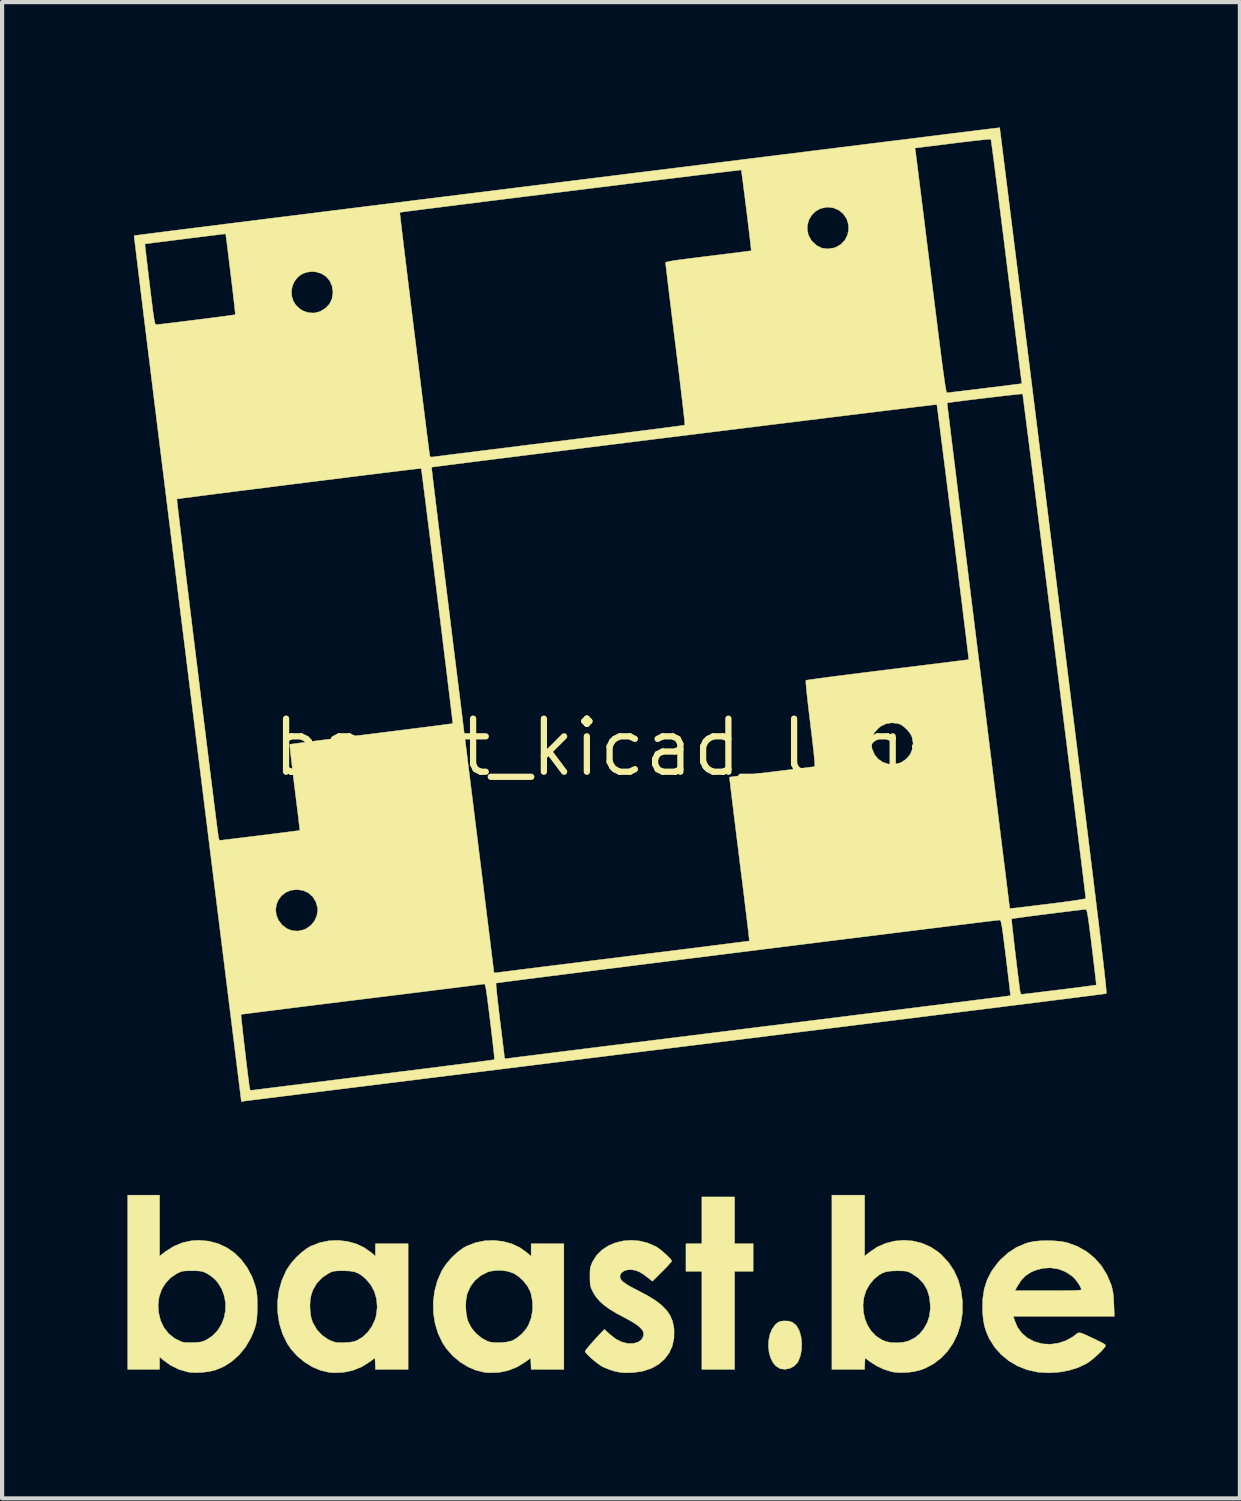
<source format=kicad_pcb>
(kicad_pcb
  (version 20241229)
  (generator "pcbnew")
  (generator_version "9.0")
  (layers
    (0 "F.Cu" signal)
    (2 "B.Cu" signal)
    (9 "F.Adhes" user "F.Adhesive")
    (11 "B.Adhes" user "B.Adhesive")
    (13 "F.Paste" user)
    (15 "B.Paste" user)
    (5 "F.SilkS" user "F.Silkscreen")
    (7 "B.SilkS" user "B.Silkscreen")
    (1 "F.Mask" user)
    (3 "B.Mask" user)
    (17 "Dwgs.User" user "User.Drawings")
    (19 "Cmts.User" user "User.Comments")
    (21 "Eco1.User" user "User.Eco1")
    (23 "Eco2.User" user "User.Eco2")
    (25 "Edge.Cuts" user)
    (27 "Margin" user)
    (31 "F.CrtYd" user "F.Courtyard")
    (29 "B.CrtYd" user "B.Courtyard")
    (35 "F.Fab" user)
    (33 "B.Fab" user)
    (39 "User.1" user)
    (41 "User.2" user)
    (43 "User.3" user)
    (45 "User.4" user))
  (footprint "baast_kicad_logo"
    (layer "F.Cu")
    (at 11.626 14.835)
    (property "Reference" "baast_kicad_logo" (at 0 0 0) (layer "F.SilkS") (effects (font (size 1.27 1.27) (thickness 0.15))))
    (attr through_hole board_only exclude_from_pos_files exclude_from_bom allow_missing_courtyard)
    (fp_poly (pts (xy 2.9 11.874) (xy 3.344 11.874) (xy 3.344 12.531) (xy 2.9 12.531) (xy 2.9 14.88) (xy 2.117 14.88) (xy 2.117 12.531) (xy 1.736 12.531) (xy 1.736 11.874) (xy 2.117 11.874) (xy 2.117 10.753) (xy 2.9 10.753) (xy 2.9 11.874)) (stroke (width 0.01) (type solid)) (fill yes) (layer "F.SilkS"))
    (fp_poly (pts (xy 4.198 13.724) (xy 4.29 13.756) (xy 4.367 13.822) (xy 4.389 13.848) (xy 4.45 13.959) (xy 4.489 14.096) (xy 4.506 14.247) (xy 4.502 14.401) (xy 4.476 14.548) (xy 4.427 14.676) (xy 4.401 14.721) (xy 4.323 14.801) (xy 4.224 14.854) (xy 4.114 14.877) (xy 4.005 14.865) (xy 3.979 14.856) (xy 3.887 14.798) (xy 3.814 14.709) (xy 3.759 14.595) (xy 3.724 14.465) (xy 3.71 14.326) (xy 3.716 14.184) (xy 3.744 14.047) (xy 3.794 13.923) (xy 3.867 13.818) (xy 3.885 13.8) (xy 3.936 13.757) (xy 3.986 13.734) (xy 4.056 13.722) (xy 4.082 13.72) (xy 4.198 13.724)) (stroke (width 0.01) (type solid)) (fill yes) (layer "F.SilkS"))
    (fp_poly (pts (xy -2.644 11.817) (xy -2.434 11.874) (xy -2.24 11.964) (xy -2.068 12.087) (xy -2.063 12.091) (xy -1.968 12.174) (xy -1.968 11.874) (xy -1.185 11.874) (xy -1.185 14.88) (xy -1.967 14.88) (xy -1.973 14.742) (xy -1.979 14.604) (xy -2.095 14.692) (xy -2.295 14.817) (xy -2.51 14.904) (xy -2.738 14.952) (xy -2.973 14.96) (xy -3.08 14.95) (xy -3.281 14.903) (xy -3.479 14.819) (xy -3.668 14.702) (xy -3.841 14.557) (xy -3.99 14.389) (xy -4.08 14.256) (xy -4.191 14.028) (xy -4.266 13.783) (xy -4.306 13.527) (xy -4.308 13.373) (xy -3.533 13.373) (xy -3.523 13.526) (xy -3.497 13.665) (xy -3.475 13.737) (xy -3.395 13.889) (xy -3.282 14.024) (xy -3.144 14.136) (xy -2.995 14.213) (xy -2.908 14.233) (xy -2.796 14.241) (xy -2.672 14.238) (xy -2.551 14.225) (xy -2.448 14.202) (xy -2.408 14.187) (xy -2.298 14.121) (xy -2.188 14.027) (xy -2.093 13.919) (xy -2.032 13.821) (xy -1.966 13.648) (xy -1.933 13.458) (xy -1.934 13.265) (xy -1.968 13.078) (xy -1.99 13.011) (xy -2.052 12.892) (xy -2.143 12.773) (xy -2.253 12.668) (xy -2.37 12.589) (xy -2.387 12.58) (xy -2.519 12.534) (xy -2.672 12.511) (xy -2.828 12.512) (xy -2.972 12.538) (xy -3.012 12.552) (xy -3.174 12.635) (xy -3.311 12.75) (xy -3.419 12.893) (xy -3.494 13.06) (xy -3.504 13.095) (xy -3.527 13.224) (xy -3.533 13.373) (xy -4.308 13.373) (xy -4.31 13.268) (xy -4.278 13.011) (xy -4.212 12.762) (xy -4.109 12.528) (xy -4.081 12.478) (xy -3.985 12.339) (xy -3.865 12.202) (xy -3.732 12.078) (xy -3.596 11.978) (xy -3.512 11.93) (xy -3.303 11.849) (xy -3.085 11.803) (xy -2.863 11.793) (xy -2.644 11.817)) (stroke (width 0.01) (type solid)) (fill yes) (layer "F.SilkS"))
    (fp_poly (pts (xy 6.011 12.171) (xy 6.126 12.078) (xy 6.312 11.952) (xy 6.515 11.863) (xy 6.729 11.809) (xy 6.948 11.79) (xy 7.167 11.807) (xy 7.381 11.86) (xy 7.583 11.947) (xy 7.769 12.069) (xy 7.846 12.135) (xy 8.016 12.319) (xy 8.15 12.518) (xy 8.25 12.737) (xy 8.316 12.979) (xy 8.351 13.246) (xy 8.353 13.282) (xy 8.349 13.542) (xy 8.31 13.792) (xy 8.236 14.027) (xy 8.132 14.244) (xy 7.999 14.439) (xy 7.84 14.608) (xy 7.656 14.749) (xy 7.45 14.856) (xy 7.359 14.89) (xy 7.204 14.93) (xy 7.032 14.953) (xy 6.86 14.958) (xy 6.704 14.944) (xy 6.656 14.935) (xy 6.48 14.88) (xy 6.303 14.798) (xy 6.146 14.698) (xy 6.138 14.692) (xy 6.022 14.604) (xy 6.009 14.88) (xy 5.228 14.88) (xy 5.228 13.334) (xy 5.973 13.334) (xy 5.982 13.504) (xy 6.018 13.669) (xy 6.081 13.824) (xy 6.169 13.963) (xy 6.282 14.08) (xy 6.418 14.17) (xy 6.526 14.215) (xy 6.644 14.238) (xy 6.78 14.244) (xy 6.918 14.234) (xy 7.039 14.207) (xy 7.071 14.196) (xy 7.216 14.121) (xy 7.332 14.027) (xy 7.43 13.903) (xy 7.434 13.897) (xy 7.514 13.751) (xy 7.562 13.602) (xy 7.582 13.436) (xy 7.583 13.356) (xy 7.563 13.154) (xy 7.508 12.975) (xy 7.418 12.82) (xy 7.293 12.689) (xy 7.133 12.582) (xy 7.125 12.577) (xy 7.073 12.552) (xy 7.025 12.535) (xy 6.971 12.526) (xy 6.898 12.522) (xy 6.796 12.521) (xy 6.784 12.521) (xy 6.64 12.526) (xy 6.526 12.543) (xy 6.431 12.576) (xy 6.343 12.63) (xy 6.25 12.708) (xy 6.236 12.72) (xy 6.124 12.853) (xy 6.043 13.003) (xy 5.993 13.166) (xy 5.973 13.334) (xy 5.228 13.334) (xy 5.228 10.71) (xy 6.011 10.71) (xy 6.011 12.171)) (stroke (width 0.01) (type solid)) (fill yes) (layer "F.SilkS"))
    (fp_poly (pts (xy -6.369 11.817) (xy -6.16 11.874) (xy -5.965 11.964) (xy -5.793 12.087) (xy -5.788 12.091) (xy -5.694 12.174) (xy -5.694 11.874) (xy -4.911 11.874) (xy -4.911 14.88) (xy -5.692 14.88) (xy -5.704 14.604) (xy -5.821 14.692) (xy -6.018 14.816) (xy -6.233 14.903) (xy -6.46 14.951) (xy -6.693 14.96) (xy -6.805 14.95) (xy -7.004 14.904) (xy -7.202 14.82) (xy -7.39 14.704) (xy -7.562 14.561) (xy -7.711 14.396) (xy -7.806 14.256) (xy -7.917 14.025) (xy -7.992 13.779) (xy -8.031 13.522) (xy -8.034 13.358) (xy -7.261 13.358) (xy -7.253 13.505) (xy -7.232 13.642) (xy -7.196 13.753) (xy -7.193 13.758) (xy -7.096 13.926) (xy -6.975 14.06) (xy -6.83 14.16) (xy -6.756 14.196) (xy -6.691 14.22) (xy -6.632 14.235) (xy -6.564 14.241) (xy -6.473 14.241) (xy -6.435 14.239) (xy -6.311 14.231) (xy -6.218 14.216) (xy -6.142 14.191) (xy -6.134 14.187) (xy -5.997 14.104) (xy -5.876 13.988) (xy -5.775 13.847) (xy -5.703 13.69) (xy -5.675 13.593) (xy -5.651 13.392) (xy -5.666 13.199) (xy -5.717 13.018) (xy -5.804 12.856) (xy -5.92 12.72) (xy -6.014 12.638) (xy -6.102 12.581) (xy -6.194 12.545) (xy -6.303 12.526) (xy -6.44 12.52) (xy -6.466 12.52) (xy -6.573 12.521) (xy -6.648 12.525) (xy -6.704 12.534) (xy -6.752 12.55) (xy -6.803 12.575) (xy -6.807 12.577) (xy -6.967 12.682) (xy -7.092 12.812) (xy -7.184 12.968) (xy -7.229 13.091) (xy -7.253 13.215) (xy -7.261 13.358) (xy -8.034 13.358) (xy -8.035 13.262) (xy -8.003 13.004) (xy -7.934 12.755) (xy -7.83 12.521) (xy -7.806 12.478) (xy -7.71 12.339) (xy -7.59 12.202) (xy -7.457 12.078) (xy -7.321 11.978) (xy -7.237 11.93) (xy -7.029 11.849) (xy -6.81 11.803) (xy -6.588 11.793) (xy -6.369 11.817)) (stroke (width 0.01) (type solid)) (fill yes) (layer "F.SilkS"))
    (fp_poly (pts (xy -10.858 12.169) (xy -10.716 12.061) (xy -10.517 11.934) (xy -10.31 11.848) (xy -10.089 11.801) (xy -9.917 11.791) (xy -9.681 11.811) (xy -9.459 11.87) (xy -9.253 11.965) (xy -9.065 12.095) (xy -8.9 12.257) (xy -8.759 12.449) (xy -8.644 12.668) (xy -8.569 12.881) (xy -8.549 12.958) (xy -8.535 13.032) (xy -8.526 13.114) (xy -8.522 13.214) (xy -8.52 13.345) (xy -8.52 13.367) (xy -8.523 13.535) (xy -8.532 13.672) (xy -8.551 13.791) (xy -8.582 13.903) (xy -8.627 14.021) (xy -8.689 14.153) (xy -8.808 14.354) (xy -8.956 14.533) (xy -9.126 14.686) (xy -9.314 14.808) (xy -9.513 14.892) (xy -9.513 14.892) (xy -9.659 14.928) (xy -9.822 14.95) (xy -9.987 14.957) (xy -10.134 14.949) (xy -10.174 14.943) (xy -10.388 14.883) (xy -10.593 14.782) (xy -10.758 14.664) (xy -10.858 14.581) (xy -10.858 14.88) (xy -11.62 14.88) (xy -11.62 13.333) (xy -10.893 13.333) (xy -10.882 13.518) (xy -10.834 13.711) (xy -10.754 13.88) (xy -10.642 14.022) (xy -10.502 14.136) (xy -10.334 14.218) (xy -10.308 14.226) (xy -10.264 14.234) (xy -10.19 14.238) (xy -10.1 14.239) (xy -10.054 14.238) (xy -9.951 14.233) (xy -9.875 14.224) (xy -9.813 14.207) (xy -9.751 14.18) (xy -9.737 14.173) (xy -9.59 14.076) (xy -9.47 13.951) (xy -9.378 13.805) (xy -9.315 13.643) (xy -9.282 13.471) (xy -9.279 13.295) (xy -9.309 13.121) (xy -9.37 12.955) (xy -9.465 12.802) (xy -9.516 12.743) (xy -9.589 12.676) (xy -9.675 12.613) (xy -9.734 12.579) (xy -9.791 12.552) (xy -9.843 12.535) (xy -9.9 12.526) (xy -9.976 12.521) (xy -10.081 12.52) (xy -10.086 12.52) (xy -10.191 12.521) (xy -10.265 12.525) (xy -10.321 12.533) (xy -10.37 12.55) (xy -10.425 12.576) (xy -10.447 12.587) (xy -10.596 12.688) (xy -10.718 12.818) (xy -10.81 12.972) (xy -10.869 13.145) (xy -10.893 13.333) (xy -11.62 13.333) (xy -11.62 10.71) (xy -10.858 10.71) (xy -10.858 12.169)) (stroke (width 0.01) (type solid)) (fill yes) (layer "F.SilkS"))
    (fp_poly (pts (xy 10.55 11.804) (xy 10.707 11.818) (xy 10.839 11.842) (xy 10.868 11.85) (xy 11.11 11.94) (xy 11.327 12.064) (xy 11.517 12.22) (xy 11.68 12.406) (xy 11.812 12.621) (xy 11.912 12.862) (xy 11.917 12.88) (xy 11.94 12.966) (xy 11.957 13.061) (xy 11.968 13.178) (xy 11.975 13.319) (xy 11.986 13.61) (xy 9.569 13.61) (xy 9.598 13.705) (xy 9.669 13.872) (xy 9.773 14.014) (xy 9.907 14.128) (xy 10.068 14.213) (xy 10.252 14.265) (xy 10.276 14.269) (xy 10.462 14.278) (xy 10.651 14.251) (xy 10.832 14.19) (xy 10.995 14.099) (xy 11.042 14.063) (xy 11.077 14.034) (xy 11.107 14.014) (xy 11.136 14.004) (xy 11.172 14.006) (xy 11.22 14.021) (xy 11.289 14.049) (xy 11.383 14.093) (xy 11.506 14.151) (xy 11.616 14.204) (xy 11.693 14.242) (xy 11.741 14.27) (xy 11.767 14.291) (xy 11.775 14.309) (xy 11.771 14.326) (xy 11.769 14.329) (xy 11.731 14.382) (xy 11.668 14.45) (xy 11.588 14.528) (xy 11.5 14.605) (xy 11.414 14.675) (xy 11.338 14.729) (xy 11.323 14.738) (xy 11.123 14.834) (xy 10.898 14.904) (xy 10.656 14.947) (xy 10.408 14.962) (xy 10.163 14.946) (xy 10.135 14.942) (xy 9.894 14.887) (xy 9.667 14.796) (xy 9.459 14.673) (xy 9.274 14.52) (xy 9.117 14.342) (xy 8.993 14.142) (xy 8.987 14.129) (xy 8.926 13.991) (xy 8.883 13.857) (xy 8.854 13.714) (xy 8.837 13.548) (xy 8.833 13.471) (xy 8.836 13.203) (xy 8.867 12.996) (xy 9.607 12.996) (xy 10.402 12.996) (xy 10.615 12.996) (xy 10.79 12.995) (xy 10.928 12.993) (xy 11.034 12.991) (xy 11.11 12.987) (xy 11.161 12.983) (xy 11.189 12.977) (xy 11.197 12.97) (xy 11.183 12.923) (xy 11.148 12.857) (xy 11.098 12.783) (xy 11.042 12.712) (xy 10.987 12.656) (xy 10.979 12.65) (xy 10.819 12.544) (xy 10.645 12.477) (xy 10.461 12.449) (xy 10.274 12.46) (xy 10.088 12.511) (xy 9.984 12.558) (xy 9.86 12.64) (xy 9.756 12.749) (xy 9.665 12.89) (xy 9.607 12.996) (xy 8.867 12.996) (xy 8.872 12.959) (xy 8.944 12.734) (xy 9.051 12.526) (xy 9.195 12.33) (xy 9.26 12.258) (xy 9.444 12.091) (xy 9.643 11.961) (xy 9.863 11.866) (xy 9.949 11.84) (xy 10.07 11.817) (xy 10.219 11.803) (xy 10.383 11.799) (xy 10.55 11.804)) (stroke (width 0.01) (type solid)) (fill yes) (layer "F.SilkS"))
    (fp_poly (pts (xy 0.622 11.806) (xy 0.816 11.853) (xy 1.001 11.933) (xy 1.035 11.952) (xy 1.092 11.99) (xy 1.159 12.044) (xy 1.231 12.105) (xy 1.298 12.168) (xy 1.353 12.224) (xy 1.388 12.267) (xy 1.397 12.286) (xy 1.383 12.308) (xy 1.343 12.354) (xy 1.284 12.419) (xy 1.21 12.495) (xy 1.166 12.539) (xy 0.935 12.769) (xy 0.812 12.674) (xy 0.706 12.596) (xy 0.618 12.544) (xy 0.537 12.513) (xy 0.453 12.496) (xy 0.448 12.495) (xy 0.346 12.496) (xy 0.257 12.522) (xy 0.193 12.568) (xy 0.168 12.608) (xy 0.157 12.657) (xy 0.165 12.703) (xy 0.194 12.75) (xy 0.25 12.8) (xy 0.335 12.857) (xy 0.451 12.923) (xy 0.604 13.002) (xy 0.614 13.007) (xy 0.834 13.124) (xy 1.015 13.237) (xy 1.161 13.351) (xy 1.274 13.467) (xy 1.357 13.589) (xy 1.413 13.721) (xy 1.445 13.866) (xy 1.452 13.928) (xy 1.45 14.131) (xy 1.41 14.317) (xy 1.334 14.486) (xy 1.224 14.633) (xy 1.084 14.756) (xy 0.914 14.852) (xy 0.718 14.918) (xy 0.644 14.933) (xy 0.466 14.955) (xy 0.288 14.96) (xy 0.159 14.95) (xy 0.037 14.925) (xy -0.1 14.882) (xy -0.231 14.828) (xy -0.258 14.815) (xy -0.319 14.778) (xy -0.393 14.725) (xy -0.471 14.662) (xy -0.546 14.597) (xy -0.61 14.535) (xy -0.656 14.484) (xy -0.677 14.45) (xy -0.677 14.447) (xy -0.664 14.423) (xy -0.626 14.374) (xy -0.569 14.306) (xy -0.498 14.225) (xy -0.419 14.137) (xy -0.336 14.047) (xy -0.264 13.972) (xy -0.214 13.921) (xy -0.089 14.037) (xy 0.048 14.146) (xy 0.183 14.218) (xy 0.324 14.256) (xy 0.372 14.261) (xy 0.491 14.257) (xy 0.593 14.226) (xy 0.669 14.172) (xy 0.707 14.115) (xy 0.725 14.047) (xy 0.716 13.982) (xy 0.678 13.917) (xy 0.609 13.849) (xy 0.507 13.776) (xy 0.367 13.694) (xy 0.273 13.644) (xy 0.075 13.538) (xy -0.087 13.44) (xy -0.218 13.346) (xy -0.323 13.253) (xy -0.407 13.156) (xy -0.475 13.051) (xy -0.502 12.999) (xy -0.529 12.94) (xy -0.547 12.887) (xy -0.556 12.827) (xy -0.56 12.749) (xy -0.561 12.657) (xy -0.56 12.554) (xy -0.556 12.481) (xy -0.545 12.423) (xy -0.526 12.369) (xy -0.497 12.304) (xy -0.491 12.293) (xy -0.396 12.144) (xy -0.27 12.02) (xy -0.119 11.921) (xy 0.051 11.849) (xy 0.235 11.805) (xy 0.427 11.79) (xy 0.622 11.806)) (stroke (width 0.01) (type solid)) (fill yes) (layer "F.SilkS"))
    (fp_poly (pts (xy 9.246 -14.809) (xy 9.253 -14.747) (xy 9.266 -14.646) (xy 9.284 -14.506) (xy 9.306 -14.33) (xy 9.332 -14.118) (xy 9.363 -13.872) (xy 9.398 -13.592) (xy 9.437 -13.281) (xy 9.48 -12.939) (xy 9.526 -12.568) (xy 9.576 -12.168) (xy 9.629 -11.742) (xy 9.686 -11.29) (xy 9.745 -10.814) (xy 9.807 -10.315) (xy 9.872 -9.794) (xy 9.94 -9.253) (xy 10.01 -8.693) (xy 10.082 -8.114) (xy 10.156 -7.519) (xy 10.232 -6.909) (xy 10.31 -6.284) (xy 10.389 -5.647) (xy 10.47 -4.998) (xy 10.535 -4.477) (xy 10.634 -3.681) (xy 10.728 -2.927) (xy 10.817 -2.213) (xy 10.901 -1.537) (xy 10.98 -0.899) (xy 11.055 -0.298) (xy 11.125 0.267) (xy 11.191 0.798) (xy 11.252 1.295) (xy 11.31 1.759) (xy 11.363 2.192) (xy 11.413 2.595) (xy 11.459 2.968) (xy 11.501 3.313) (xy 11.54 3.631) (xy 11.575 3.922) (xy 11.608 4.189) (xy 11.637 4.431) (xy 11.663 4.65) (xy 11.686 4.847) (xy 11.707 5.024) (xy 11.725 5.18) (xy 11.741 5.317) (xy 11.754 5.437) (xy 11.766 5.54) (xy 11.775 5.627) (xy 11.782 5.7) (xy 11.787 5.759) (xy 11.791 5.806) (xy 11.793 5.841) (xy 11.794 5.865) (xy 11.793 5.88) (xy 11.792 5.887) (xy 11.791 5.888) (xy 11.768 5.891) (xy 11.704 5.9) (xy 11.601 5.913) (xy 11.46 5.932) (xy 11.282 5.954) (xy 11.068 5.981) (xy 10.82 6.013) (xy 10.539 6.048) (xy 10.226 6.088) (xy 9.882 6.131) (xy 9.51 6.177) (xy 9.109 6.228) (xy 8.681 6.281) (xy 8.229 6.338) (xy 7.752 6.397) (xy 7.252 6.46) (xy 6.731 6.525) (xy 6.189 6.592) (xy 5.629 6.662) (xy 5.051 6.734) (xy 4.456 6.808) (xy 3.846 6.884) (xy 3.222 6.962) (xy 2.586 7.041) (xy 1.938 7.121) (xy 1.503 7.175) (xy 0.848 7.256) (xy 0.203 7.336) (xy -0.43 7.415) (xy -1.05 7.492) (xy -1.656 7.567) (xy -2.246 7.641) (xy -2.82 7.712) (xy -3.375 7.781) (xy -3.911 7.847) (xy -4.427 7.911) (xy -4.921 7.973) (xy -5.391 8.031) (xy -5.837 8.087) (xy -6.258 8.139) (xy -6.651 8.188) (xy -7.016 8.233) (xy -7.352 8.275) (xy -7.656 8.313) (xy -7.928 8.347) (xy -8.167 8.377) (xy -8.371 8.402) (xy -8.539 8.423) (xy -8.67 8.439) (xy -8.762 8.451) (xy -8.815 8.458) (xy -8.826 8.459) (xy -8.901 8.47) (xy -9.16 6.387) (xy -8.91 6.387) (xy -8.909 6.408) (xy -8.904 6.466) (xy -8.895 6.556) (xy -8.882 6.671) (xy -8.867 6.808) (xy -8.85 6.96) (xy -8.831 7.122) (xy -8.811 7.289) (xy -8.792 7.456) (xy -8.772 7.617) (xy -8.754 7.767) (xy -8.737 7.9) (xy -8.723 8.012) (xy -8.712 8.097) (xy -8.705 8.142) (xy -8.694 8.188) (xy -8.67 8.202) (xy -8.628 8.199) (xy -8.6 8.195) (xy -8.531 8.186) (xy -8.426 8.173) (xy -8.286 8.155) (xy -8.114 8.134) (xy -7.913 8.109) (xy -7.685 8.08) (xy -7.431 8.049) (xy -7.156 8.014) (xy -6.861 7.978) (xy -6.55 7.939) (xy -6.223 7.898) (xy -5.884 7.856) (xy -5.71 7.834) (xy -5.368 7.792) (xy -5.036 7.75) (xy -4.719 7.711) (xy -4.419 7.673) (xy -4.137 7.637) (xy -3.876 7.604) (xy -3.64 7.574) (xy -3.429 7.547) (xy -3.247 7.523) (xy -3.096 7.503) (xy -2.978 7.487) (xy -2.897 7.476) (xy -2.853 7.469) (xy -2.847 7.468) (xy -2.846 7.445) (xy -2.851 7.384) (xy -2.86 7.291) (xy -2.874 7.168) (xy -2.89 7.021) (xy -2.91 6.853) (xy -2.932 6.67) (xy -2.946 6.552) (xy -2.973 6.334) (xy -2.996 6.154) (xy -3.014 6.009) (xy -3.03 5.895) (xy -3.043 5.808) (xy -3.054 5.745) (xy -3.064 5.702) (xy -3.073 5.676) (xy -3.081 5.662) (xy -3.085 5.66) (xy -2.808 5.66) (xy -2.804 5.722) (xy -2.795 5.816) (xy -2.783 5.939) (xy -2.766 6.086) (xy -2.747 6.253) (xy -2.725 6.435) (xy -2.713 6.535) (xy -2.689 6.724) (xy -2.668 6.9) (xy -2.648 7.058) (xy -2.632 7.195) (xy -2.618 7.305) (xy -2.609 7.384) (xy -2.604 7.428) (xy -2.603 7.436) (xy -2.585 7.444) (xy -2.541 7.442) (xy -2.535 7.441) (xy -2.508 7.437) (xy -2.441 7.429) (xy -2.336 7.415) (xy -2.193 7.397) (xy -2.016 7.375) (xy -1.805 7.349) (xy -1.562 7.318) (xy -1.288 7.284) (xy -0.987 7.246) (xy -0.658 7.205) (xy -0.305 7.161) (xy 0.072 7.114) (xy 0.471 7.065) (xy 0.89 7.013) (xy 1.327 6.958) (xy 1.78 6.902) (xy 2.249 6.844) (xy 2.73 6.784) (xy 3.224 6.722) (xy 3.514 6.686) (xy 4.012 6.625) (xy 4.5 6.564) (xy 4.974 6.505) (xy 5.435 6.448) (xy 5.88 6.392) (xy 6.306 6.339) (xy 6.714 6.288) (xy 7.101 6.24) (xy 7.465 6.194) (xy 7.804 6.152) (xy 8.118 6.113) (xy 8.404 6.077) (xy 8.661 6.044) (xy 8.887 6.016) (xy 9.08 5.992) (xy 9.239 5.972) (xy 9.361 5.956) (xy 9.446 5.945) (xy 9.492 5.939) (xy 9.5 5.937) (xy 9.499 5.916) (xy 9.493 5.856) (xy 9.483 5.764) (xy 9.469 5.642) (xy 9.451 5.496) (xy 9.431 5.329) (xy 9.409 5.146) (xy 9.395 5.029) (xy 9.367 4.811) (xy 9.344 4.631) (xy 9.326 4.485) (xy 9.31 4.371) (xy 9.297 4.284) (xy 9.285 4.22) (xy 9.276 4.177) (xy 9.266 4.15) (xy 9.257 4.135) (xy 9.247 4.129) (xy 9.24 4.128) (xy 9.211 4.131) (xy 9.143 4.139) (xy 9.037 4.151) (xy 8.896 4.168) (xy 8.721 4.189) (xy 8.515 4.215) (xy 8.279 4.244) (xy 8.016 4.276) (xy 7.727 4.312) (xy 7.415 4.35) (xy 7.081 4.392) (xy 6.728 4.436) (xy 6.358 4.482) (xy 5.973 4.53) (xy 5.574 4.579) (xy 5.164 4.63) (xy 4.744 4.683) (xy 4.318 4.736) (xy 3.886 4.79) (xy 3.452 4.844) (xy 3.016 4.899) (xy 2.581 4.953) (xy 2.149 5.008) (xy 1.722 5.061) (xy 1.302 5.114) (xy 0.891 5.166) (xy 0.492 5.216) (xy 0.105 5.265) (xy -0.267 5.311) (xy -0.621 5.356) (xy -0.956 5.399) (xy -1.27 5.438) (xy -1.561 5.475) (xy -1.826 5.509) (xy -2.064 5.539) (xy -2.273 5.566) (xy -2.451 5.589) (xy -2.595 5.608) (xy -2.703 5.622) (xy -2.774 5.632) (xy -2.806 5.636) (xy -2.808 5.637) (xy -2.808 5.66) (xy -3.085 5.66) (xy -3.091 5.658) (xy -3.1 5.659) (xy -3.126 5.662) (xy -3.192 5.671) (xy -3.294 5.684) (xy -3.431 5.702) (xy -3.601 5.723) (xy -3.8 5.748) (xy -4.026 5.776) (xy -4.277 5.807) (xy -4.551 5.842) (xy -4.845 5.878) (xy -5.156 5.917) (xy -5.482 5.957) (xy -5.821 5.999) (xy -6.022 6.024) (xy -6.366 6.066) (xy -6.699 6.108) (xy -7.018 6.147) (xy -7.32 6.185) (xy -7.603 6.22) (xy -7.866 6.253) (xy -8.104 6.283) (xy -8.316 6.31) (xy -8.5 6.333) (xy -8.653 6.353) (xy -8.773 6.368) (xy -8.857 6.379) (xy -8.902 6.385) (xy -8.91 6.387) (xy -9.16 6.387) (xy -9.472 3.88) (xy -8.08 3.88) (xy -8.065 4.005) (xy -8.016 4.128) (xy -7.93 4.242) (xy -7.926 4.246) (xy -7.811 4.334) (xy -7.682 4.383) (xy -7.546 4.392) (xy -7.407 4.36) (xy -7.345 4.333) (xy -7.237 4.256) (xy -7.153 4.152) (xy -7.097 4.031) (xy -7.074 3.903) (xy -7.078 3.836) (xy -7.117 3.694) (xy -7.189 3.576) (xy -7.289 3.484) (xy -7.413 3.424) (xy -7.556 3.399) (xy -7.578 3.399) (xy -7.719 3.417) (xy -7.841 3.468) (xy -7.94 3.546) (xy -8.015 3.644) (xy -8.062 3.757) (xy -8.08 3.88) (xy -9.472 3.88) (xy -10.189 -1.883) (xy -10.27 -2.541) (xy -10.351 -3.188) (xy -10.43 -3.823) (xy -10.507 -4.445) (xy -10.582 -5.052) (xy -10.656 -5.644) (xy -10.693 -5.945) (xy -10.445 -5.945) (xy -10.443 -5.924) (xy -10.437 -5.863) (xy -10.425 -5.765) (xy -10.41 -5.632) (xy -10.39 -5.467) (xy -10.367 -5.273) (xy -10.34 -5.051) (xy -10.31 -4.805) (xy -10.278 -4.537) (xy -10.243 -4.249) (xy -10.206 -3.943) (xy -10.166 -3.623) (xy -10.126 -3.291) (xy -10.084 -2.948) (xy -10.041 -2.599) (xy -9.997 -2.244) (xy -9.953 -1.887) (xy -9.909 -1.53) (xy -9.866 -1.176) (xy -9.823 -0.827) (xy -9.78 -0.485) (xy -9.739 -0.153) (xy -9.699 0.167) (xy -9.662 0.471) (xy -9.626 0.758) (xy -9.592 1.025) (xy -9.562 1.27) (xy -9.534 1.49) (xy -9.51 1.683) (xy -9.489 1.846) (xy -9.472 1.977) (xy -9.459 2.073) (xy -9.451 2.132) (xy -9.449 2.143) (xy -9.437 2.194) (xy -9.423 2.221) (xy -9.419 2.223) (xy -9.395 2.22) (xy -9.333 2.213) (xy -9.238 2.201) (xy -9.114 2.186) (xy -8.965 2.168) (xy -8.795 2.147) (xy -8.609 2.124) (xy -8.453 2.105) (xy -8.258 2.081) (xy -8.076 2.058) (xy -7.912 2.037) (xy -7.77 2.019) (xy -7.654 2.004) (xy -7.568 1.993) (xy -7.516 1.986) (xy -7.502 1.983) (xy -7.504 1.962) (xy -7.511 1.903) (xy -7.522 1.81) (xy -7.536 1.687) (xy -7.554 1.538) (xy -7.575 1.368) (xy -7.598 1.18) (xy -7.623 0.978) (xy -7.626 0.957) (xy -7.651 0.754) (xy -7.674 0.564) (xy -7.694 0.391) (xy -7.712 0.239) (xy -7.726 0.113) (xy -7.736 0.016) (xy -7.742 -0.048) (xy -7.743 -0.074) (xy -7.743 -0.075) (xy -7.721 -0.079) (xy -7.66 -0.087) (xy -7.563 -0.101) (xy -7.432 -0.118) (xy -7.272 -0.139) (xy -7.084 -0.163) (xy -6.872 -0.19) (xy -6.638 -0.219) (xy -6.386 -0.251) (xy -6.119 -0.285) (xy -5.838 -0.319) (xy -5.792 -0.325) (xy -5.51 -0.36) (xy -5.24 -0.394) (xy -4.986 -0.426) (xy -4.749 -0.456) (xy -4.533 -0.483) (xy -4.341 -0.508) (xy -4.176 -0.529) (xy -4.041 -0.547) (xy -3.939 -0.56) (xy -3.872 -0.569) (xy -3.843 -0.574) (xy -3.843 -0.574) (xy -3.844 -0.596) (xy -3.851 -0.656) (xy -3.862 -0.753) (xy -3.878 -0.883) (xy -3.897 -1.044) (xy -3.92 -1.233) (xy -3.946 -1.446) (xy -3.974 -1.682) (xy -4.005 -1.936) (xy -4.039 -2.208) (xy -4.074 -2.492) (xy -4.11 -2.787) (xy -4.147 -3.091) (xy -4.186 -3.399) (xy -4.224 -3.709) (xy -4.262 -4.018) (xy -4.3 -4.324) (xy -4.338 -4.623) (xy -4.374 -4.913) (xy -4.408 -5.191) (xy -4.441 -5.454) (xy -4.472 -5.699) (xy -4.5 -5.923) (xy -4.526 -6.124) (xy -4.548 -6.298) (xy -4.567 -6.443) (xy -4.581 -6.556) (xy -4.592 -6.634) (xy -4.598 -6.674) (xy -4.599 -6.679) (xy -4.62 -6.677) (xy -4.681 -6.67) (xy -4.778 -6.659) (xy -4.908 -6.644) (xy -5.068 -6.624) (xy -5.256 -6.601) (xy -5.469 -6.575) (xy -5.703 -6.546) (xy -5.955 -6.515) (xy -6.224 -6.482) (xy -6.505 -6.446) (xy -6.796 -6.41) (xy -7.095 -6.373) (xy -7.397 -6.335) (xy -7.701 -6.297) (xy -8.003 -6.259) (xy -8.3 -6.221) (xy -8.589 -6.185) (xy -8.869 -6.15) (xy -9.135 -6.116) (xy -9.384 -6.084) (xy -9.614 -6.055) (xy -9.823 -6.028) (xy -10.006 -6.004) (xy -10.161 -5.984) (xy -10.286 -5.968) (xy -10.376 -5.955) (xy -10.43 -5.948) (xy -10.445 -5.945) (xy -10.693 -5.945) (xy -10.727 -6.219) (xy -10.787 -6.706) (xy -4.35 -6.706) (xy -4.348 -6.684) (xy -4.342 -6.622) (xy -4.33 -6.522) (xy -4.314 -6.384) (xy -4.293 -6.212) (xy -4.268 -6.005) (xy -4.239 -5.766) (xy -4.206 -5.497) (xy -4.17 -5.2) (xy -4.13 -4.875) (xy -4.087 -4.525) (xy -4.041 -4.151) (xy -3.992 -3.755) (xy -3.94 -3.339) (xy -3.887 -2.904) (xy -3.831 -2.452) (xy -3.773 -1.984) (xy -3.713 -1.503) (xy -3.651 -1.01) (xy -3.609 -0.666) (xy -3.546 -0.165) (xy -3.485 0.325) (xy -3.426 0.802) (xy -3.368 1.265) (xy -3.313 1.713) (xy -3.259 2.142) (xy -3.208 2.553) (xy -3.16 2.942) (xy -3.114 3.309) (xy -3.072 3.652) (xy -3.033 3.969) (xy -2.997 4.258) (xy -2.964 4.518) (xy -2.936 4.747) (xy -2.912 4.944) (xy -2.892 5.106) (xy -2.876 5.233) (xy -2.865 5.322) (xy -2.859 5.372) (xy -2.858 5.383) (xy -2.839 5.391) (xy -2.795 5.388) (xy -2.789 5.387) (xy -2.76 5.383) (xy -2.691 5.374) (xy -2.586 5.361) (xy -2.446 5.343) (xy -2.273 5.321) (xy -2.071 5.296) (xy -1.841 5.267) (xy -1.586 5.235) (xy -1.309 5.201) (xy -1.011 5.164) (xy -0.696 5.124) (xy -0.366 5.083) (xy -0.023 5.041) (xy 0.263 5.005) (xy 0.614 4.961) (xy 0.953 4.919) (xy 1.278 4.879) (xy 1.586 4.84) (xy 1.876 4.804) (xy 2.145 4.77) (xy 2.391 4.739) (xy 2.61 4.711) (xy 2.802 4.687) (xy 2.962 4.666) (xy 3.09 4.65) (xy 3.183 4.638) (xy 3.238 4.63) (xy 3.253 4.628) (xy 3.252 4.606) (xy 3.245 4.545) (xy 3.234 4.449) (xy 3.219 4.319) (xy 3.2 4.158) (xy 3.193 4.099) (xy 9.526 4.099) (xy 9.526 4.121) (xy 9.532 4.179) (xy 9.541 4.269) (xy 9.554 4.385) (xy 9.57 4.521) (xy 9.587 4.673) (xy 9.606 4.835) (xy 9.626 5.002) (xy 9.646 5.168) (xy 9.665 5.329) (xy 9.684 5.478) (xy 9.701 5.61) (xy 9.715 5.721) (xy 9.727 5.805) (xy 9.731 5.837) (xy 9.745 5.884) (xy 9.764 5.906) (xy 9.766 5.906) (xy 9.791 5.903) (xy 9.854 5.896) (xy 9.95 5.885) (xy 10.075 5.87) (xy 10.223 5.852) (xy 10.391 5.831) (xy 10.574 5.809) (xy 10.668 5.797) (xy 10.856 5.774) (xy 11.03 5.752) (xy 11.187 5.732) (xy 11.322 5.714) (xy 11.429 5.7) (xy 11.506 5.689) (xy 11.548 5.683) (xy 11.554 5.682) (xy 11.553 5.66) (xy 11.547 5.601) (xy 11.537 5.508) (xy 11.523 5.386) (xy 11.506 5.24) (xy 11.486 5.073) (xy 11.464 4.891) (xy 11.45 4.774) (xy 11.423 4.556) (xy 11.4 4.375) (xy 11.381 4.23) (xy 11.365 4.115) (xy 11.352 4.028) (xy 11.341 3.964) (xy 11.331 3.921) (xy 11.321 3.894) (xy 11.312 3.879) (xy 11.303 3.874) (xy 11.298 3.873) (xy 11.265 3.876) (xy 11.197 3.883) (xy 11.099 3.895) (xy 10.976 3.909) (xy 10.835 3.927) (xy 10.679 3.946) (xy 10.515 3.967) (xy 10.347 3.988) (xy 10.182 4.009) (xy 10.024 4.029) (xy 9.879 4.049) (xy 9.751 4.066) (xy 9.648 4.08) (xy 9.573 4.091) (xy 9.532 4.097) (xy 9.526 4.099) (xy 3.193 4.099) (xy 3.177 3.971) (xy 3.151 3.759) (xy 3.123 3.525) (xy 3.092 3.273) (xy 3.058 3.005) (xy 3.023 2.725) (xy 3.016 2.667) (xy 2.981 2.384) (xy 2.947 2.114) (xy 2.916 1.859) (xy 2.886 1.621) (xy 2.86 1.405) (xy 2.836 1.212) (xy 2.816 1.047) (xy 2.8 0.911) (xy 2.788 0.807) (xy 2.78 0.74) (xy 2.778 0.71) (xy 2.778 0.709) (xy 2.799 0.706) (xy 2.859 0.698) (xy 2.952 0.686) (xy 3.075 0.671) (xy 3.224 0.653) (xy 3.394 0.632) (xy 3.581 0.609) (xy 3.782 0.585) (xy 3.789 0.584) (xy 3.991 0.559) (xy 4.18 0.536) (xy 4.353 0.515) (xy 4.504 0.496) (xy 4.631 0.481) (xy 4.728 0.468) (xy 4.791 0.46) (xy 4.816 0.456) (xy 4.817 0.456) (xy 4.82 0.433) (xy 4.817 0.369) (xy 4.808 0.264) (xy 4.794 0.118) (xy 4.773 -0.068) (xy 4.769 -0.106) (xy 6.168 -0.106) (xy 6.189 0.031) (xy 6.25 0.171) (xy 6.252 0.174) (xy 6.338 0.278) (xy 6.448 0.353) (xy 6.574 0.395) (xy 6.708 0.403) (xy 6.843 0.374) (xy 6.9 0.35) (xy 7.016 0.268) (xy 7.103 0.162) (xy 7.155 0.037) (xy 7.172 -0.1) (xy 7.149 -0.241) (xy 7.111 -0.321) (xy 7.047 -0.406) (xy 6.968 -0.484) (xy 6.886 -0.543) (xy 6.826 -0.569) (xy 6.675 -0.591) (xy 6.535 -0.573) (xy 6.407 -0.514) (xy 6.349 -0.471) (xy 6.249 -0.361) (xy 6.189 -0.238) (xy 6.168 -0.106) (xy 4.769 -0.106) (xy 4.747 -0.294) (xy 4.714 -0.559) (xy 4.713 -0.571) (xy 4.687 -0.787) (xy 4.663 -0.986) (xy 4.643 -1.164) (xy 4.627 -1.316) (xy 4.615 -1.44) (xy 4.607 -1.532) (xy 4.605 -1.589) (xy 4.606 -1.607) (xy 4.629 -1.612) (xy 4.692 -1.621) (xy 4.79 -1.635) (xy 4.922 -1.653) (xy 5.083 -1.675) (xy 5.272 -1.7) (xy 5.486 -1.727) (xy 5.72 -1.757) (xy 5.973 -1.789) (xy 6.24 -1.822) (xy 6.521 -1.857) (xy 6.562 -1.862) (xy 6.843 -1.897) (xy 7.112 -1.93) (xy 7.366 -1.961) (xy 7.602 -1.991) (xy 7.817 -2.017) (xy 8.009 -2.041) (xy 8.173 -2.062) (xy 8.307 -2.079) (xy 8.409 -2.091) (xy 8.475 -2.1) (xy 8.502 -2.104) (xy 8.503 -2.104) (xy 8.501 -2.125) (xy 8.494 -2.185) (xy 8.483 -2.282) (xy 8.467 -2.412) (xy 8.448 -2.573) (xy 8.425 -2.761) (xy 8.398 -2.975) (xy 8.369 -3.21) (xy 8.338 -3.465) (xy 8.304 -3.735) (xy 8.269 -4.02) (xy 8.232 -4.315) (xy 8.194 -4.618) (xy 8.156 -4.926) (xy 8.117 -5.236) (xy 8.078 -5.545) (xy 8.04 -5.851) (xy 8.003 -6.15) (xy 7.966 -6.44) (xy 7.931 -6.718) (xy 7.898 -6.98) (xy 7.867 -7.225) (xy 7.838 -7.45) (xy 7.813 -7.65) (xy 7.79 -7.825) (xy 7.771 -7.97) (xy 7.757 -8.083) (xy 7.746 -8.161) (xy 7.74 -8.201) (xy 7.739 -8.206) (xy 7.718 -8.205) (xy 7.656 -8.198) (xy 7.557 -8.186) (xy 7.422 -8.17) (xy 7.252 -8.15) (xy 7.051 -8.125) (xy 6.82 -8.097) (xy 6.561 -8.066) (xy 6.277 -8.031) (xy 5.968 -7.993) (xy 5.638 -7.953) (xy 5.288 -7.91) (xy 4.921 -7.864) (xy 4.537 -7.817) (xy 4.14 -7.768) (xy 3.732 -7.718) (xy 3.314 -7.666) (xy 2.888 -7.613) (xy 2.456 -7.56) (xy 2.022 -7.506) (xy 1.585 -7.452) (xy 1.149 -7.398) (xy 0.716 -7.344) (xy 0.287 -7.29) (xy -0.135 -7.238) (xy -0.549 -7.186) (xy -0.952 -7.136) (xy -1.342 -7.087) (xy -1.718 -7.04) (xy -2.077 -6.995) (xy -2.417 -6.953) (xy -2.737 -6.913) (xy -3.034 -6.875) (xy -3.306 -6.841) (xy -3.551 -6.81) (xy -3.767 -6.782) (xy -3.952 -6.759) (xy -4.105 -6.739) (xy -4.222 -6.724) (xy -4.303 -6.713) (xy -4.345 -6.707) (xy -4.35 -6.706) (xy -10.787 -6.706) (xy -10.796 -6.776) (xy -10.863 -7.313) (xy -10.927 -7.83) (xy -10.988 -8.325) (xy -11.046 -8.796) (xy -11.101 -9.243) (xy -11.153 -9.665) (xy -11.202 -10.059) (xy -11.247 -10.424) (xy -11.288 -10.761) (xy -11.325 -11.066) (xy -11.359 -11.339) (xy -11.388 -11.579) (xy -11.413 -11.784) (xy -11.433 -11.954) (xy -11.445 -12.05) (xy -11.208 -12.05) (xy -11.204 -11.989) (xy -11.2 -11.955) (xy -11.192 -11.884) (xy -11.18 -11.781) (xy -11.165 -11.649) (xy -11.146 -11.494) (xy -11.126 -11.321) (xy -11.103 -11.133) (xy -11.089 -11.023) (xy -11.063 -10.804) (xy -11.04 -10.624) (xy -11.022 -10.478) (xy -11.006 -10.363) (xy -10.993 -10.276) (xy -10.982 -10.212) (xy -10.972 -10.168) (xy -10.963 -10.14) (xy -10.954 -10.125) (xy -10.944 -10.119) (xy -10.934 -10.118) (xy -10.905 -10.121) (xy -10.837 -10.128) (xy -10.737 -10.14) (xy -10.609 -10.155) (xy -10.456 -10.173) (xy -10.284 -10.195) (xy -10.098 -10.218) (xy -9.972 -10.234) (xy -9.78 -10.258) (xy -9.601 -10.281) (xy -9.439 -10.302) (xy -9.3 -10.32) (xy -9.187 -10.336) (xy -9.104 -10.348) (xy -9.056 -10.355) (xy -9.045 -10.358) (xy -9.046 -10.379) (xy -9.052 -10.438) (xy -9.062 -10.528) (xy -9.075 -10.645) (xy -9.091 -10.784) (xy -9.107 -10.923) (xy -7.702 -10.923) (xy -7.696 -10.803) (xy -7.661 -10.688) (xy -7.596 -10.582) (xy -7.5 -10.492) (xy -7.426 -10.448) (xy -7.293 -10.403) (xy -7.158 -10.396) (xy -7.03 -10.427) (xy -7.017 -10.432) (xy -6.886 -10.512) (xy -6.791 -10.613) (xy -6.732 -10.737) (xy -6.71 -10.88) (xy -6.71 -10.895) (xy -6.73 -11.04) (xy -6.785 -11.165) (xy -6.87 -11.266) (xy -6.983 -11.339) (xy -7.117 -11.38) (xy -7.21 -11.388) (xy -7.348 -11.37) (xy -7.466 -11.32) (xy -7.561 -11.245) (xy -7.633 -11.149) (xy -7.681 -11.04) (xy -7.702 -10.923) (xy -9.107 -10.923) (xy -9.109 -10.939) (xy -9.129 -11.106) (xy -9.15 -11.279) (xy -9.171 -11.453) (xy -9.192 -11.624) (xy -9.212 -11.786) (xy -9.23 -11.934) (xy -9.246 -12.062) (xy -9.26 -12.167) (xy -9.27 -12.242) (xy -9.277 -12.283) (xy -9.278 -12.29) (xy -9.299 -12.288) (xy -9.358 -12.281) (xy -9.451 -12.27) (xy -9.573 -12.255) (xy -9.72 -12.237) (xy -9.888 -12.216) (xy -10.074 -12.193) (xy -10.245 -12.171) (xy -11.208 -12.05) (xy -11.445 -12.05) (xy -11.449 -12.086) (xy -11.46 -12.179) (xy -11.466 -12.233) (xy -11.467 -12.247) (xy -11.445 -12.25) (xy -11.383 -12.258) (xy -11.282 -12.272) (xy -11.142 -12.289) (xy -10.966 -12.312) (xy -10.755 -12.339) (xy -10.51 -12.37) (xy -10.232 -12.405) (xy -9.922 -12.444) (xy -9.583 -12.486) (xy -9.215 -12.533) (xy -8.82 -12.582) (xy -8.399 -12.635) (xy -7.954 -12.691) (xy -7.485 -12.749) (xy -7.052 -12.803) (xy -5.11 -12.803) (xy -5.109 -12.782) (xy -5.102 -12.721) (xy -5.091 -12.625) (xy -5.076 -12.495) (xy -5.057 -12.334) (xy -5.034 -12.147) (xy -5.009 -11.935) (xy -4.98 -11.701) (xy -4.949 -11.448) (xy -4.917 -11.18) (xy -4.882 -10.899) (xy -4.847 -10.608) (xy -4.81 -10.31) (xy -4.773 -10.008) (xy -4.735 -9.705) (xy -4.698 -9.403) (xy -4.661 -9.106) (xy -4.625 -8.817) (xy -4.591 -8.538) (xy -4.558 -8.273) (xy -4.527 -8.024) (xy -4.498 -7.794) (xy -4.472 -7.586) (xy -4.448 -7.403) (xy -4.429 -7.249) (xy -4.413 -7.125) (xy -4.401 -7.035) (xy -4.393 -6.982) (xy -4.391 -6.968) (xy -4.365 -6.95) (xy -4.313 -6.953) (xy -4.284 -6.957) (xy -4.216 -6.966) (xy -4.11 -6.979) (xy -3.97 -6.997) (xy -3.797 -7.019) (xy -3.595 -7.044) (xy -3.365 -7.073) (xy -3.111 -7.105) (xy -2.833 -7.139) (xy -2.536 -7.176) (xy -2.221 -7.216) (xy -1.891 -7.257) (xy -1.548 -7.299) (xy -1.273 -7.333) (xy -0.923 -7.377) (xy -0.585 -7.419) (xy -0.26 -7.46) (xy 0.048 -7.498) (xy 0.337 -7.535) (xy 0.606 -7.569) (xy 0.851 -7.6) (xy 1.07 -7.628) (xy 1.261 -7.653) (xy 1.421 -7.674) (xy 1.549 -7.691) (xy 1.641 -7.704) (xy 1.695 -7.712) (xy 1.71 -7.714) (xy 1.709 -7.737) (xy 1.704 -7.798) (xy 1.694 -7.896) (xy 1.679 -8.026) (xy 1.661 -8.187) (xy 1.654 -8.245) (xy 7.985 -8.245) (xy 7.987 -8.224) (xy 7.994 -8.162) (xy 8.006 -8.062) (xy 8.023 -7.925) (xy 8.044 -7.753) (xy 8.069 -7.546) (xy 8.098 -7.308) (xy 8.131 -7.039) (xy 8.168 -6.742) (xy 8.208 -6.417) (xy 8.251 -6.068) (xy 8.297 -5.694) (xy 8.346 -5.298) (xy 8.398 -4.882) (xy 8.452 -4.447) (xy 8.508 -3.995) (xy 8.566 -3.528) (xy 8.626 -3.046) (xy 8.687 -2.553) (xy 8.731 -2.201) (xy 8.793 -1.7) (xy 8.854 -1.21) (xy 8.914 -0.733) (xy 8.971 -0.27) (xy 9.027 0.177) (xy 9.08 0.607) (xy 9.131 1.017) (xy 9.18 1.407) (xy 9.225 1.773) (xy 9.268 2.116) (xy 9.307 2.433) (xy 9.343 2.722) (xy 9.376 2.982) (xy 9.404 3.211) (xy 9.428 3.407) (xy 9.449 3.57) (xy 9.464 3.696) (xy 9.475 3.785) (xy 9.481 3.835) (xy 9.483 3.845) (xy 9.484 3.848) (xy 9.489 3.85) (xy 9.502 3.85) (xy 9.526 3.849) (xy 9.566 3.845) (xy 9.624 3.839) (xy 9.705 3.83) (xy 9.812 3.817) (xy 9.949 3.8) (xy 10.119 3.779) (xy 10.326 3.754) (xy 10.409 3.744) (xy 10.638 3.715) (xy 10.836 3.689) (xy 11.003 3.666) (xy 11.134 3.646) (xy 11.229 3.63) (xy 11.286 3.618) (xy 11.303 3.611) (xy 11.3 3.585) (xy 11.292 3.519) (xy 11.28 3.416) (xy 11.263 3.276) (xy 11.242 3.104) (xy 11.217 2.899) (xy 11.188 2.665) (xy 11.155 2.403) (xy 11.12 2.116) (xy 11.081 1.805) (xy 11.04 1.473) (xy 10.996 1.121) (xy 10.95 0.752) (xy 10.902 0.367) (xy 10.853 -0.031) (xy 10.801 -0.441) (xy 10.749 -0.86) (xy 10.696 -1.286) (xy 10.642 -1.717) (xy 10.588 -2.152) (xy 10.533 -2.589) (xy 10.478 -3.024) (xy 10.424 -3.457) (xy 10.371 -3.884) (xy 10.318 -4.305) (xy 10.266 -4.717) (xy 10.216 -5.119) (xy 10.167 -5.507) (xy 10.12 -5.88) (xy 10.075 -6.237) (xy 10.033 -6.574) (xy 9.993 -6.89) (xy 9.956 -7.184) (xy 9.922 -7.452) (xy 9.891 -7.693) (xy 9.864 -7.905) (xy 9.841 -8.086) (xy 9.822 -8.234) (xy 9.808 -8.346) (xy 9.798 -8.422) (xy 9.793 -8.458) (xy 9.792 -8.461) (xy 9.77 -8.46) (xy 9.711 -8.455) (xy 9.621 -8.445) (xy 9.505 -8.433) (xy 9.368 -8.417) (xy 9.215 -8.399) (xy 9.051 -8.38) (xy 8.883 -8.36) (xy 8.715 -8.34) (xy 8.552 -8.32) (xy 8.4 -8.301) (xy 8.264 -8.284) (xy 8.149 -8.269) (xy 8.061 -8.257) (xy 8.004 -8.249) (xy 7.985 -8.245) (xy 1.654 -8.245) (xy 1.639 -8.375) (xy 1.614 -8.587) (xy 1.586 -8.82) (xy 1.556 -9.072) (xy 1.523 -9.339) (xy 1.489 -9.618) (xy 1.485 -9.647) (xy 1.45 -9.928) (xy 1.417 -10.197) (xy 1.386 -10.452) (xy 1.357 -10.689) (xy 1.33 -10.905) (xy 1.307 -11.097) (xy 1.287 -11.263) (xy 1.271 -11.399) (xy 1.259 -11.502) (xy 1.251 -11.57) (xy 1.248 -11.599) (xy 1.248 -11.599) (xy 1.255 -11.608) (xy 1.277 -11.616) (xy 1.317 -11.626) (xy 1.378 -11.638) (xy 1.464 -11.652) (xy 1.577 -11.668) (xy 1.721 -11.687) (xy 1.899 -11.71) (xy 2.114 -11.737) (xy 2.27 -11.756) (xy 2.473 -11.781) (xy 2.663 -11.805) (xy 2.836 -11.826) (xy 2.987 -11.845) (xy 3.113 -11.861) (xy 3.21 -11.874) (xy 3.273 -11.882) (xy 3.298 -11.886) (xy 3.298 -11.887) (xy 3.297 -11.908) (xy 3.291 -11.966) (xy 3.281 -12.056) (xy 3.268 -12.173) (xy 3.251 -12.311) (xy 3.243 -12.382) (xy 4.639 -12.382) (xy 4.668 -12.256) (xy 4.734 -12.136) (xy 4.757 -12.108) (xy 4.866 -12.009) (xy 4.99 -11.949) (xy 5.125 -11.93) (xy 5.268 -11.951) (xy 5.334 -11.974) (xy 5.449 -12.042) (xy 5.538 -12.137) (xy 5.598 -12.254) (xy 5.628 -12.382) (xy 5.624 -12.516) (xy 5.583 -12.647) (xy 5.577 -12.659) (xy 5.496 -12.775) (xy 5.388 -12.861) (xy 5.26 -12.914) (xy 5.12 -12.929) (xy 5.085 -12.926) (xy 4.95 -12.893) (xy 4.835 -12.829) (xy 4.745 -12.739) (xy 4.68 -12.63) (xy 4.644 -12.509) (xy 4.639 -12.382) (xy 3.243 -12.382) (xy 3.232 -12.466) (xy 3.212 -12.633) (xy 3.191 -12.806) (xy 3.169 -12.98) (xy 3.148 -13.151) (xy 3.127 -13.312) (xy 3.108 -13.46) (xy 3.091 -13.589) (xy 3.077 -13.694) (xy 3.067 -13.77) (xy 3.06 -13.812) (xy 3.059 -13.818) (xy 3.037 -13.816) (xy 2.976 -13.81) (xy 2.878 -13.798) (xy 2.746 -13.782) (xy 2.581 -13.762) (xy 2.387 -13.739) (xy 2.165 -13.712) (xy 1.919 -13.682) (xy 1.65 -13.649) (xy 1.361 -13.613) (xy 1.056 -13.576) (xy 0.735 -13.536) (xy 0.401 -13.495) (xy 0.058 -13.452) (xy -0.293 -13.409) (xy -0.648 -13.365) (xy -1.007 -13.32) (xy -1.365 -13.276) (xy -1.722 -13.231) (xy -2.073 -13.188) (xy -2.417 -13.145) (xy -2.752 -13.103) (xy -3.074 -13.063) (xy -3.381 -13.024) (xy -3.672 -12.988) (xy -3.943 -12.954) (xy -4.192 -12.922) (xy -4.416 -12.894) (xy -4.614 -12.869) (xy -4.782 -12.847) (xy -4.918 -12.83) (xy -5.02 -12.816) (xy -5.084 -12.807) (xy -5.11 -12.803) (xy -5.11 -12.803) (xy -7.052 -12.803) (xy -6.994 -12.811) (xy -6.483 -12.874) (xy -5.952 -12.941) (xy -5.404 -13.009) (xy -4.839 -13.08) (xy -4.259 -13.152) (xy -3.665 -13.226) (xy -3.058 -13.301) (xy -2.441 -13.378) (xy -2.188 -13.41) (xy -1.556 -13.488) (xy -0.93 -13.566) (xy -0.311 -13.643) (xy 0.298 -13.719) (xy 0.897 -13.793) (xy 1.483 -13.866) (xy 2.055 -13.937) (xy 2.612 -14.007) (xy 3.152 -14.074) (xy 3.673 -14.139) (xy 4.174 -14.201) (xy 4.654 -14.261) (xy 5.11 -14.318) (xy 5.315 -14.343) (xy 7.214 -14.343) (xy 7.224 -14.289) (xy 7.228 -14.262) (xy 7.237 -14.195) (xy 7.25 -14.091) (xy 7.268 -13.953) (xy 7.289 -13.782) (xy 7.314 -13.582) (xy 7.343 -13.354) (xy 7.374 -13.102) (xy 7.409 -12.827) (xy 7.446 -12.533) (xy 7.484 -12.221) (xy 7.525 -11.895) (xy 7.567 -11.556) (xy 7.591 -11.361) (xy 7.643 -10.947) (xy 7.69 -10.573) (xy 7.732 -10.237) (xy 7.769 -9.937) (xy 7.803 -9.672) (xy 7.833 -9.439) (xy 7.859 -9.237) (xy 7.882 -9.064) (xy 7.902 -8.918) (xy 7.919 -8.797) (xy 7.934 -8.698) (xy 7.946 -8.622) (xy 7.957 -8.564) (xy 7.965 -8.524) (xy 7.972 -8.499) (xy 7.978 -8.488) (xy 7.98 -8.488) (xy 8.007 -8.49) (xy 8.072 -8.497) (xy 8.169 -8.509) (xy 8.295 -8.524) (xy 8.445 -8.542) (xy 8.614 -8.562) (xy 8.798 -8.585) (xy 8.893 -8.597) (xy 9.775 -8.707) (xy 9.765 -8.772) (xy 9.761 -8.8) (xy 9.753 -8.869) (xy 9.739 -8.974) (xy 9.722 -9.113) (xy 9.7 -9.285) (xy 9.675 -9.486) (xy 9.646 -9.715) (xy 9.615 -9.968) (xy 9.58 -10.243) (xy 9.544 -10.537) (xy 9.505 -10.849) (xy 9.464 -11.176) (xy 9.422 -11.514) (xy 9.4 -11.689) (xy 9.358 -12.032) (xy 9.316 -12.363) (xy 9.276 -12.68) (xy 9.238 -12.981) (xy 9.203 -13.263) (xy 9.169 -13.524) (xy 9.139 -13.761) (xy 9.112 -13.971) (xy 9.088 -14.153) (xy 9.068 -14.305) (xy 9.052 -14.422) (xy 9.041 -14.504) (xy 9.034 -14.548) (xy 9.032 -14.554) (xy 9.009 -14.555) (xy 8.948 -14.55) (xy 8.854 -14.541) (xy 8.731 -14.528) (xy 8.584 -14.512) (xy 8.416 -14.492) (xy 8.233 -14.47) (xy 8.116 -14.455) (xy 7.214 -14.343) (xy 5.315 -14.343) (xy 5.542 -14.371) (xy 5.947 -14.422) (xy 6.324 -14.469) (xy 6.672 -14.512) (xy 6.989 -14.551) (xy 7.274 -14.587) (xy 7.524 -14.618) (xy 7.739 -14.645) (xy 7.916 -14.667) (xy 8.055 -14.684) (xy 8.153 -14.696) (xy 8.16 -14.697) (xy 8.368 -14.723) (xy 8.564 -14.747) (xy 8.742 -14.77) (xy 8.9 -14.789) (xy 9.032 -14.805) (xy 9.136 -14.817) (xy 9.206 -14.826) (xy 9.24 -14.83) (xy 9.243 -14.83) (xy 9.246 -14.809)) (stroke (width 0.01) (type solid)) (fill yes) (layer "F.SilkS")))
  (gr_rect
    (start -3 -3)
    (end 26.616 32.801)
    (stroke (width 0.1) (type default))
    (fill no)
    (layer "Edge.Cuts")))
</source>
